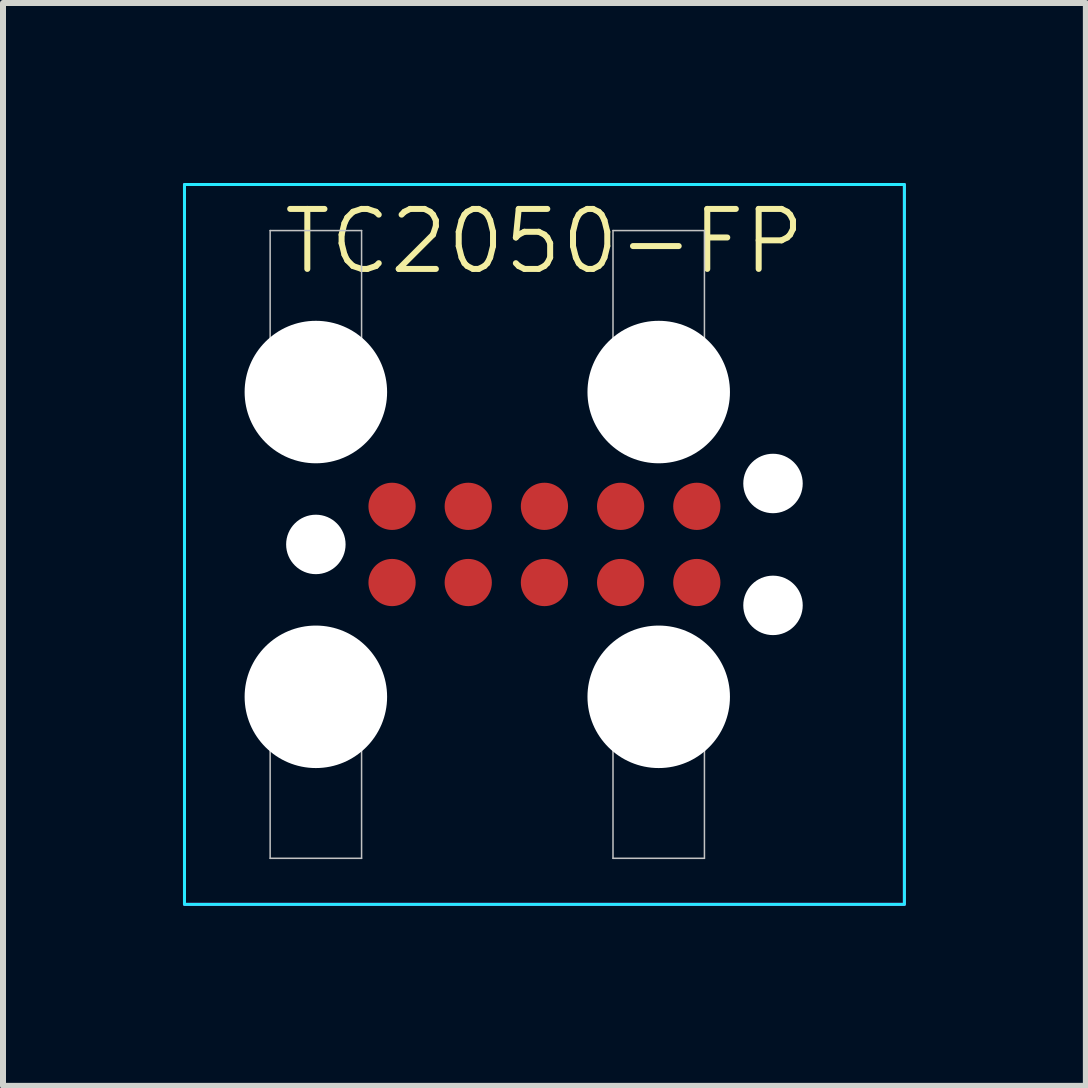
<source format=kicad_pcb>
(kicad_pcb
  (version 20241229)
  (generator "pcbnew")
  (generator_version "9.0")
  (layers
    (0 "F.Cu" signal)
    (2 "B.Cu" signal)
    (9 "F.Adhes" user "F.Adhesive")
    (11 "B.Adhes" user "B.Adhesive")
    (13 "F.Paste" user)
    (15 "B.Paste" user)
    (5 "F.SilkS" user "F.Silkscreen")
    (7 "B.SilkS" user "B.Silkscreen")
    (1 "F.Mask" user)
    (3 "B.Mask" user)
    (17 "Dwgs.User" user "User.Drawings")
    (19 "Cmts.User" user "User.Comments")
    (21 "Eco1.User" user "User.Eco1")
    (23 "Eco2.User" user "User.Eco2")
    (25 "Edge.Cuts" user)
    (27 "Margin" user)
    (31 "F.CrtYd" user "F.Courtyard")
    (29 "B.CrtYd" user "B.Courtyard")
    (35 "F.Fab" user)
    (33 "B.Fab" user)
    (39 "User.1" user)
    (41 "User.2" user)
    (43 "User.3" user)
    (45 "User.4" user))
  (footprint "TC2050-FP"
    (layer "F.Cu")
    (at 6.025 6.025)
    (property "Reference" "TC2050-FP" (at 0 -5.05 0) (unlocked yes) (layer "F.SilkS") (effects (font (size 1 1) (thickness 0.1))))
    (attr smd)
    (fp_line (start -4.826 -2.032) (end -2.794 -2.032) (stroke (width 0.025) (type default)) (layer "Dwgs.User"))
    (fp_line (start -4.826 3.048) (end -2.794 3.048) (stroke (width 0.025) (type default)) (layer "Dwgs.User"))
    (fp_line (start -4.572 -5.232) (end -4.572 -3.048) (stroke (width 0.025) (type default)) (layer "Dwgs.User"))
    (fp_line (start -4.572 5.232) (end -4.572 3.048) (stroke (width 0.025) (type default)) (layer "Dwgs.User"))
    (fp_line (start -3.048 -5.232) (end -3.048 -3.048) (stroke (width 0.025) (type default)) (layer "Dwgs.User"))
    (fp_line (start -3.048 5.232) (end -3.048 3.048) (stroke (width 0.025) (type default)) (layer "Dwgs.User"))
    (fp_line (start -2.794 -3.048) (end -4.826 -3.048) (stroke (width 0.025) (type default)) (layer "Dwgs.User"))
    (fp_line (start -2.794 2.032) (end -4.826 2.032) (stroke (width 0.025) (type default)) (layer "Dwgs.User"))
    (fp_line (start 0.889 -2.032) (end 2.921 -2.032) (stroke (width 0.025) (type default)) (layer "Dwgs.User"))
    (fp_line (start 0.889 3.048) (end 2.921 3.048) (stroke (width 0.025) (type default)) (layer "Dwgs.User"))
    (fp_line (start 1.143 -5.232) (end 1.143 -3.048) (stroke (width 0.025) (type default)) (layer "Dwgs.User"))
    (fp_line (start 1.143 5.232) (end 1.143 3.048) (stroke (width 0.025) (type default)) (layer "Dwgs.User"))
    (fp_line (start 2.667 -5.232) (end 2.667 -3.048) (stroke (width 0.025) (type default)) (layer "Dwgs.User"))
    (fp_line (start 2.667 5.232) (end 2.667 3.048) (stroke (width 0.025) (type default)) (layer "Dwgs.User"))
    (fp_line (start 2.921 -3.048) (end 0.889 -3.048) (stroke (width 0.025) (type default)) (layer "Dwgs.User"))
    (fp_line (start 2.921 2.032) (end 0.889 2.032) (stroke (width 0.025) (type default)) (layer "Dwgs.User"))
    (fp_rect (start -4.572 -5.232) (end -3.048 -5.232) (stroke (width 0.025) (type default)) (fill no) (layer "Dwgs.User"))
    (fp_rect (start -4.572 5.232) (end -3.048 5.232) (stroke (width 0.025) (type default)) (fill no) (layer "Dwgs.User"))
    (fp_rect (start 1.143 -5.232) (end 2.667 -5.232) (stroke (width 0.025) (type default)) (fill no) (layer "Dwgs.User"))
    (fp_rect (start 1.143 5.232) (end 2.667 5.232) (stroke (width 0.025) (type default)) (fill no) (layer "Dwgs.User"))
    (fp_arc (start -4.833077 -2.032) (mid -4.953 -2.54) (end -4.833077 -3.048) (stroke (width 0.025) (type default)) (layer "Dwgs.User"))
    (fp_arc (start -4.826 3.048) (mid -4.945923 2.54) (end -4.826 2.032) (stroke (width 0.025) (type default)) (layer "Dwgs.User"))
    (fp_arc (start -2.794 -3.048) (mid -2.674077 -2.54) (end -2.794 -2.032) (stroke (width 0.025) (type default)) (layer "Dwgs.User"))
    (fp_arc (start -2.786923 2.032) (mid -2.667 2.54) (end -2.786923 3.048) (stroke (width 0.025) (type default)) (layer "Dwgs.User"))
    (fp_arc (start 0.881923 -2.032) (mid 0.762 -2.54) (end 0.881923 -3.048) (stroke (width 0.025) (type default)) (layer "Dwgs.User"))
    (fp_arc (start 0.889 3.048) (mid 0.769077 2.54) (end 0.889 2.032) (stroke (width 0.025) (type default)) (layer "Dwgs.User"))
    (fp_arc (start 2.921 -3.048) (mid 3.040923 -2.54) (end 2.921 -2.032) (stroke (width 0.025) (type default)) (layer "Dwgs.User"))
    (fp_arc (start 2.928077 2.032) (mid 3.048 2.54) (end 2.928077 3.048) (stroke (width 0.025) (type default)) (layer "Dwgs.User"))
    (fp_circle (center -3.81 0) (end -3.429 0) (stroke (width 0.025) (type default)) (fill no) (layer "Dwgs.User"))
    (fp_circle (center 3.81 -1.016) (end 4.191 -1.016) (stroke (width 0.025) (type default)) (fill no) (layer "Dwgs.User"))
    (fp_circle (center 3.81 1.016) (end 4.191 1.016) (stroke (width 0.025) (type default)) (fill no) (layer "Dwgs.User"))
    (fp_rect (start -6 -6) (end 6 6) (stroke (width 0.05) (type default)) (fill no) (layer "B.CrtYd"))
    (fp_rect (start -6 -6) (end 6 6) (stroke (width 0.05) (type default)) (fill no) (layer "F.CrtYd"))
    (pad "" np_thru_hole circle (at -3.81 -2.54 90) (size 2.375 2.375) (drill 2.375) (layers "*.Cu" "*.Mask"))
    (pad "" np_thru_hole circle (at -3.81 0 90) (size 0.991 0.991) (drill 0.991) (layers "*.Cu" "*.Mask"))
    (pad "" np_thru_hole circle (at -3.81 2.54 90) (size 2.375 2.375) (drill 2.375) (layers "*.Cu" "*.Mask"))
    (pad "" np_thru_hole circle (at 1.905 -2.54 90) (size 2.375 2.375) (drill 2.375) (layers "*.Cu" "*.Mask"))
    (pad "" np_thru_hole circle (at 1.905 2.54 90) (size 2.375 2.375) (drill 2.375) (layers "*.Cu" "*.Mask"))
    (pad "" np_thru_hole circle (at 3.81 -1.016 90) (size 0.991 0.991) (drill 0.991) (layers "*.Cu" "*.Mask"))
    (pad "" np_thru_hole circle (at 3.81 1.016 90) (size 0.991 0.991) (drill 0.991) (layers "*.Cu" "*.Mask"))
    (pad "1" smd circle (at -2.54 0.635 90) (size 0.787 0.787) (layers "F.Cu" "F.Mask"))
    (pad "2" smd circle (at -1.27 0.635 90) (size 0.787 0.787) (layers "F.Cu" "F.Mask"))
    (pad "3" smd circle (at 0 0.635 90) (size 0.787 0.787) (layers "F.Cu" "F.Mask"))
    (pad "4" smd circle (at 1.27 0.635 90) (size 0.787 0.787) (layers "F.Cu" "F.Mask"))
    (pad "5" smd circle (at 2.54 0.635 90) (size 0.787 0.787) (layers "F.Cu" "F.Mask"))
    (pad "6" smd circle (at 2.54 -0.635 90) (size 0.787 0.787) (layers "F.Cu" "F.Mask"))
    (pad "7" smd circle (at 1.27 -0.635 90) (size 0.787 0.787) (layers "F.Cu" "F.Mask"))
    (pad "8" smd circle (at 0 -0.635 90) (size 0.787 0.787) (layers "F.Cu" "F.Mask"))
    (pad "9" smd circle (at -1.27 -0.635 90) (size 0.787 0.787) (layers "F.Cu" "F.Mask"))
    (pad "10" smd circle (at -2.54 -0.635 90) (size 0.787 0.787) (layers "F.Cu" "F.Mask"))
    (zone (net_name "") (layer "F.Cu") (name "TC-Keepout") (hatch edge 0.5) (connect_pads) (min_thickness 0.25) (filled_areas_thickness no) (keepout (tracks not_allowed) (vias not_allowed) (pads not_allowed) (copperpour not_allowed) (footprints allowed)) (placement (enabled no)) (fill) (polygon (pts (xy 3.685 5.59) (xy 3.685 6.46) (xy 8.365 6.46) (xy 8.365 5.59)))))
  (gr_rect
    (start -3 -3)
    (end 15.05 15.05)
    (stroke (width 0.1) (type default))
    (fill no)
    (layer "Edge.Cuts")))
</source>
